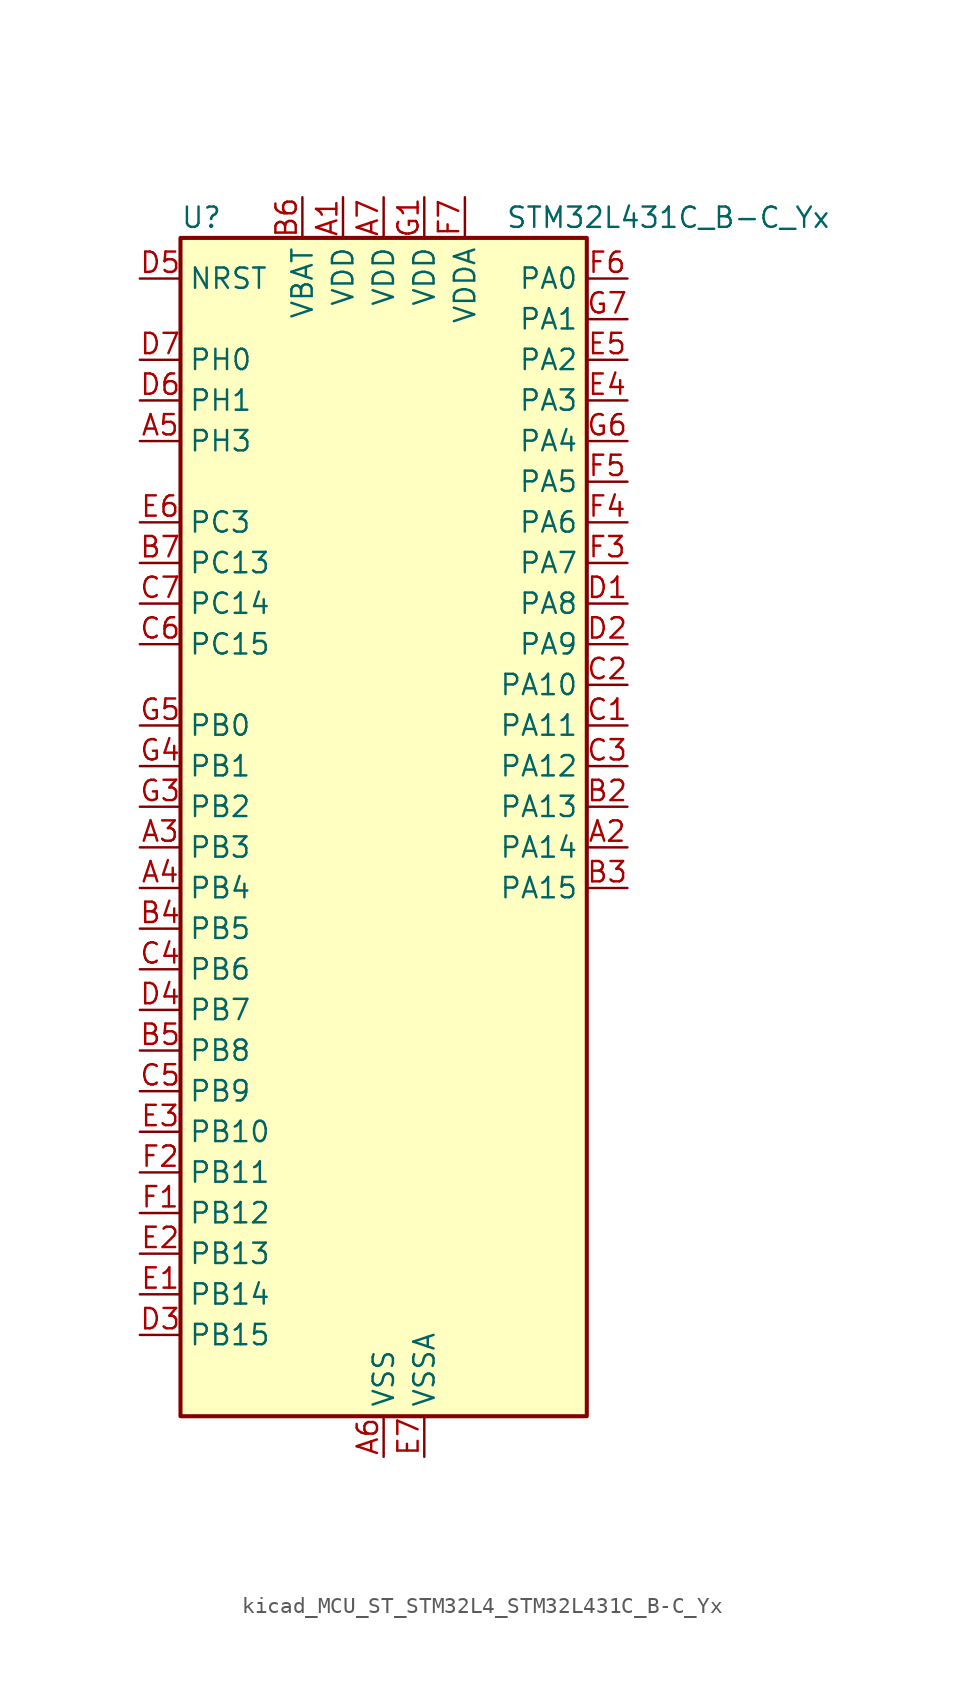
<source format=kicad_sym>
(kicad_symbol_lib
  (version 20220914)
  (generator kicad_symbol_editor)
  (symbol "kicad_MCU_ST_STM32L4_STM32L431C_B-C_Yx"
    (property "Reference" "U"
      (at -12.7 39.37 0)
      (effects (font (size 1.27 1.27)) (justify left)))
    (property "Value" "STM32L431C_B-C_Yx"
      (at 7.62 39.37 0)
      (effects (font (size 1.27 1.27)) (justify left)))
    (property "ki_locked" ""
      (at 0 0 0)
      (effects (font (size 1.27 1.27))))
    (symbol "kicad_MCU_ST_STM32L4_STM32L431C_B-C_Yx_0_1"
      (rectangle (start -12.7 -35.56) (end 12.7 38.1) (stroke (width 0.254) (type default)) (fill (type background))))
    (symbol "kicad_MCU_ST_STM32L4_STM32L431C_B-C_Yx_1_1"
      (pin power_in line (at -2.54 40.64 270) (length 2.54) (name "VDD" (effects (font (size 1.27 1.27)))) (number "A1" (effects (font (size 1.27 1.27)))))
      (pin bidirectional line (at 15.24 0 180) (length 2.54) (name "PA14" (effects (font (size 1.27 1.27)))) (number "A2" (effects (font (size 1.27 1.27)))) (alternate "I2C1_SMBA" bidirectional line) (alternate "LPTIM1_OUT" bidirectional line) (alternate "SAI1_FS_B" bidirectional line) (alternate "SWPMI1_RX" bidirectional line) (alternate "SYS_JTCK-SWCLK" bidirectional line))
      (pin bidirectional line (at -15.24 0 0) (length 2.54) (name "PB3" (effects (font (size 1.27 1.27)))) (number "A3" (effects (font (size 1.27 1.27)))) (alternate "COMP2_INM" bidirectional line) (alternate "SAI1_SCK_B" bidirectional line) (alternate "SPI1_SCK" bidirectional line) (alternate "SPI3_SCK" bidirectional line) (alternate "SYS_JTDO-SWO" bidirectional line) (alternate "TIM2_CH2" bidirectional line) (alternate "USART1_DE" bidirectional line) (alternate "USART1_RTS" bidirectional line))
      (pin bidirectional line (at -15.24 -2.54 0) (length 2.54) (name "PB4" (effects (font (size 1.27 1.27)))) (number "A4" (effects (font (size 1.27 1.27)))) (alternate "COMP2_INP" bidirectional line) (alternate "I2C3_SDA" bidirectional line) (alternate "SAI1_MCLK_B" bidirectional line) (alternate "SPI1_MISO" bidirectional line) (alternate "SPI3_MISO" bidirectional line) (alternate "SYS_JTRST" bidirectional line) (alternate "TSC_G2_IO1" bidirectional line) (alternate "USART1_CTS" bidirectional line))
      (pin bidirectional line (at -15.24 25.4 0) (length 2.54) (name "PH3" (effects (font (size 1.27 1.27)))) (number "A5" (effects (font (size 1.27 1.27)))))
      (pin power_in line (at 0 -38.1 90) (length 2.54) (name "VSS" (effects (font (size 1.27 1.27)))) (number "A6" (effects (font (size 1.27 1.27)))))
      (pin power_in line (at 0 40.64 270) (length 2.54) (name "VDD" (effects (font (size 1.27 1.27)))) (number "A7" (effects (font (size 1.27 1.27)))))
      (pin passive line (at 0 -38.1 90) (length 2.54) hide (name "VSS" (effects (font (size 1.27 1.27)))) (number "B1" (effects (font (size 1.27 1.27)))))
      (pin bidirectional line (at 15.24 2.54 180) (length 2.54) (name "PA13" (effects (font (size 1.27 1.27)))) (number "B2" (effects (font (size 1.27 1.27)))) (alternate "IR_OUT" bidirectional line) (alternate "SAI1_SD_B" bidirectional line) (alternate "SWPMI1_TX" bidirectional line) (alternate "SYS_JTMS-SWDIO" bidirectional line))
      (pin bidirectional line (at 15.24 -2.54 180) (length 2.54) (name "PA15" (effects (font (size 1.27 1.27)))) (number "B3" (effects (font (size 1.27 1.27)))) (alternate "ADC1_EXTI15" bidirectional line) (alternate "SPI1_NSS" bidirectional line) (alternate "SPI3_NSS" bidirectional line) (alternate "SWPMI1_SUSPEND" bidirectional line) (alternate "SYS_JTDI" bidirectional line) (alternate "TIM2_CH1" bidirectional line) (alternate "TIM2_ETR" bidirectional line) (alternate "USART2_RX" bidirectional line) (alternate "USART3_DE" bidirectional line) (alternate "USART3_RTS" bidirectional line))
      (pin bidirectional line (at -15.24 -5.08 0) (length 2.54) (name "PB5" (effects (font (size 1.27 1.27)))) (number "B4" (effects (font (size 1.27 1.27)))) (alternate "COMP2_OUT" bidirectional line) (alternate "I2C1_SMBA" bidirectional line) (alternate "LPTIM1_IN1" bidirectional line) (alternate "SAI1_SD_B" bidirectional line) (alternate "SPI1_MOSI" bidirectional line) (alternate "SPI3_MOSI" bidirectional line) (alternate "TIM16_BKIN" bidirectional line) (alternate "TSC_G2_IO2" bidirectional line) (alternate "USART1_CK" bidirectional line))
      (pin bidirectional line (at -15.24 -12.7 0) (length 2.54) (name "PB8" (effects (font (size 1.27 1.27)))) (number "B5" (effects (font (size 1.27 1.27)))) (alternate "CAN1_RX" bidirectional line) (alternate "I2C1_SCL" bidirectional line) (alternate "SAI1_MCLK_A" bidirectional line) (alternate "TIM16_CH1" bidirectional line))
      (pin power_in line (at -5.08 40.64 270) (length 2.54) (name "VBAT" (effects (font (size 1.27 1.27)))) (number "B6" (effects (font (size 1.27 1.27)))))
      (pin bidirectional line (at -15.24 17.78 0) (length 2.54) (name "PC13" (effects (font (size 1.27 1.27)))) (number "B7" (effects (font (size 1.27 1.27)))) (alternate "RTC_OUT_ALARM" bidirectional line) (alternate "RTC_OUT_CALIB" bidirectional line) (alternate "RTC_TAMP1" bidirectional line) (alternate "RTC_TS" bidirectional line) (alternate "SYS_WKUP2" bidirectional line))
      (pin bidirectional line (at 15.24 7.62 180) (length 2.54) (name "PA11" (effects (font (size 1.27 1.27)))) (number "C1" (effects (font (size 1.27 1.27)))) (alternate "ADC1_EXTI11" bidirectional line) (alternate "CAN1_RX" bidirectional line) (alternate "COMP1_OUT" bidirectional line) (alternate "SPI1_MISO" bidirectional line) (alternate "TIM1_BKIN2" bidirectional line) (alternate "TIM1_BKIN2_COMP1" bidirectional line) (alternate "TIM1_CH4" bidirectional line) (alternate "USART1_CTS" bidirectional line))
      (pin bidirectional line (at 15.24 10.16 180) (length 2.54) (name "PA10" (effects (font (size 1.27 1.27)))) (number "C2" (effects (font (size 1.27 1.27)))) (alternate "I2C1_SDA" bidirectional line) (alternate "SAI1_SD_A" bidirectional line) (alternate "TIM1_CH3" bidirectional line) (alternate "USART1_RX" bidirectional line))
      (pin bidirectional line (at 15.24 5.08 180) (length 2.54) (name "PA12" (effects (font (size 1.27 1.27)))) (number "C3" (effects (font (size 1.27 1.27)))) (alternate "CAN1_TX" bidirectional line) (alternate "SPI1_MOSI" bidirectional line) (alternate "TIM1_ETR" bidirectional line) (alternate "USART1_DE" bidirectional line) (alternate "USART1_RTS" bidirectional line))
      (pin bidirectional line (at -15.24 -7.62 0) (length 2.54) (name "PB6" (effects (font (size 1.27 1.27)))) (number "C4" (effects (font (size 1.27 1.27)))) (alternate "COMP2_INP" bidirectional line) (alternate "I2C1_SCL" bidirectional line) (alternate "LPTIM1_ETR" bidirectional line) (alternate "SAI1_FS_B" bidirectional line) (alternate "TIM16_CH1N" bidirectional line) (alternate "TSC_G2_IO3" bidirectional line) (alternate "USART1_TX" bidirectional line))
      (pin bidirectional line (at -15.24 -15.24 0) (length 2.54) (name "PB9" (effects (font (size 1.27 1.27)))) (number "C5" (effects (font (size 1.27 1.27)))) (alternate "CAN1_TX" bidirectional line) (alternate "DAC1_EXTI9" bidirectional line) (alternate "I2C1_SDA" bidirectional line) (alternate "IR_OUT" bidirectional line) (alternate "SAI1_FS_A" bidirectional line) (alternate "SPI2_NSS" bidirectional line))
      (pin bidirectional line (at -15.24 12.7 0) (length 2.54) (name "PC15" (effects (font (size 1.27 1.27)))) (number "C6" (effects (font (size 1.27 1.27)))) (alternate "ADC1_EXTI15" bidirectional line) (alternate "RCC_OSC32_OUT" bidirectional line))
      (pin bidirectional line (at -15.24 15.24 0) (length 2.54) (name "PC14" (effects (font (size 1.27 1.27)))) (number "C7" (effects (font (size 1.27 1.27)))) (alternate "RCC_OSC32_IN" bidirectional line))
      (pin bidirectional line (at 15.24 15.24 180) (length 2.54) (name "PA8" (effects (font (size 1.27 1.27)))) (number "D1" (effects (font (size 1.27 1.27)))) (alternate "LPTIM2_OUT" bidirectional line) (alternate "RCC_MCO" bidirectional line) (alternate "SAI1_SCK_A" bidirectional line) (alternate "SWPMI1_IO" bidirectional line) (alternate "TIM1_CH1" bidirectional line) (alternate "USART1_CK" bidirectional line))
      (pin bidirectional line (at 15.24 12.7 180) (length 2.54) (name "PA9" (effects (font (size 1.27 1.27)))) (number "D2" (effects (font (size 1.27 1.27)))) (alternate "DAC1_EXTI9" bidirectional line) (alternate "I2C1_SCL" bidirectional line) (alternate "SAI1_FS_A" bidirectional line) (alternate "TIM15_BKIN" bidirectional line) (alternate "TIM1_CH2" bidirectional line) (alternate "USART1_TX" bidirectional line))
      (pin bidirectional line (at -15.24 -30.48 0) (length 2.54) (name "PB15" (effects (font (size 1.27 1.27)))) (number "D3" (effects (font (size 1.27 1.27)))) (alternate "ADC1_EXTI15" bidirectional line) (alternate "RTC_REFIN" bidirectional line) (alternate "SAI1_SD_A" bidirectional line) (alternate "SPI2_MOSI" bidirectional line) (alternate "SWPMI1_SUSPEND" bidirectional line) (alternate "TIM15_CH2" bidirectional line) (alternate "TIM1_CH3N" bidirectional line) (alternate "TSC_G1_IO4" bidirectional line))
      (pin bidirectional line (at -15.24 -10.16 0) (length 2.54) (name "PB7" (effects (font (size 1.27 1.27)))) (number "D4" (effects (font (size 1.27 1.27)))) (alternate "COMP2_INM" bidirectional line) (alternate "I2C1_SDA" bidirectional line) (alternate "LPTIM1_IN2" bidirectional line) (alternate "SYS_PVD_IN" bidirectional line) (alternate "TSC_G2_IO4" bidirectional line) (alternate "USART1_RX" bidirectional line))
      (pin input line (at -15.24 35.56 0) (length 2.54) (name "NRST" (effects (font (size 1.27 1.27)))) (number "D5" (effects (font (size 1.27 1.27)))))
      (pin bidirectional line (at -15.24 27.94 0) (length 2.54) (name "PH1" (effects (font (size 1.27 1.27)))) (number "D6" (effects (font (size 1.27 1.27)))) (alternate "RCC_OSC_OUT" bidirectional line))
      (pin bidirectional line (at -15.24 30.48 0) (length 2.54) (name "PH0" (effects (font (size 1.27 1.27)))) (number "D7" (effects (font (size 1.27 1.27)))) (alternate "RCC_OSC_IN" bidirectional line))
      (pin bidirectional line (at -15.24 -27.94 0) (length 2.54) (name "PB14" (effects (font (size 1.27 1.27)))) (number "E1" (effects (font (size 1.27 1.27)))) (alternate "I2C2_SDA" bidirectional line) (alternate "SAI1_MCLK_A" bidirectional line) (alternate "SPI2_MISO" bidirectional line) (alternate "SWPMI1_RX" bidirectional line) (alternate "TIM15_CH1" bidirectional line) (alternate "TIM1_CH2N" bidirectional line) (alternate "TSC_G1_IO3" bidirectional line) (alternate "USART3_DE" bidirectional line) (alternate "USART3_RTS" bidirectional line))
      (pin bidirectional line (at -15.24 -25.4 0) (length 2.54) (name "PB13" (effects (font (size 1.27 1.27)))) (number "E2" (effects (font (size 1.27 1.27)))) (alternate "I2C2_SCL" bidirectional line) (alternate "LPUART1_CTS" bidirectional line) (alternate "SAI1_SCK_A" bidirectional line) (alternate "SPI2_SCK" bidirectional line) (alternate "SWPMI1_TX" bidirectional line) (alternate "TIM15_CH1N" bidirectional line) (alternate "TIM1_CH1N" bidirectional line) (alternate "TSC_G1_IO2" bidirectional line) (alternate "USART3_CTS" bidirectional line))
      (pin bidirectional line (at -15.24 -17.78 0) (length 2.54) (name "PB10" (effects (font (size 1.27 1.27)))) (number "E3" (effects (font (size 1.27 1.27)))) (alternate "COMP1_OUT" bidirectional line) (alternate "I2C2_SCL" bidirectional line) (alternate "LPUART1_RX" bidirectional line) (alternate "QUADSPI_CLK" bidirectional line) (alternate "SAI1_SCK_A" bidirectional line) (alternate "SPI2_SCK" bidirectional line) (alternate "TIM2_CH3" bidirectional line) (alternate "TSC_SYNC" bidirectional line) (alternate "USART3_TX" bidirectional line))
      (pin bidirectional line (at 15.24 27.94 180) (length 2.54) (name "PA3" (effects (font (size 1.27 1.27)))) (number "E4" (effects (font (size 1.27 1.27)))) (alternate "ADC1_IN8" bidirectional line) (alternate "COMP2_INP" bidirectional line) (alternate "LPUART1_RX" bidirectional line) (alternate "OPAMP1_VOUT" bidirectional line) (alternate "QUADSPI_CLK" bidirectional line) (alternate "SAI1_MCLK_A" bidirectional line) (alternate "TIM15_CH2" bidirectional line) (alternate "TIM2_CH4" bidirectional line) (alternate "USART2_RX" bidirectional line))
      (pin bidirectional line (at 15.24 30.48 180) (length 2.54) (name "PA2" (effects (font (size 1.27 1.27)))) (number "E5" (effects (font (size 1.27 1.27)))) (alternate "ADC1_IN7" bidirectional line) (alternate "COMP2_INM" bidirectional line) (alternate "COMP2_OUT" bidirectional line) (alternate "LPUART1_TX" bidirectional line) (alternate "QUADSPI_BK1_NCS" bidirectional line) (alternate "RCC_LSCO" bidirectional line) (alternate "SYS_WKUP4" bidirectional line) (alternate "TIM15_CH1" bidirectional line) (alternate "TIM2_CH3" bidirectional line) (alternate "USART2_TX" bidirectional line))
      (pin bidirectional line (at -15.24 20.32 0) (length 2.54) (name "PC3" (effects (font (size 1.27 1.27)))) (number "E6" (effects (font (size 1.27 1.27)))) (alternate "ADC1_IN4" bidirectional line) (alternate "LPTIM1_ETR" bidirectional line) (alternate "LPTIM2_ETR" bidirectional line) (alternate "SAI1_SD_A" bidirectional line) (alternate "SPI2_MOSI" bidirectional line))
      (pin power_in line (at 2.54 -38.1 90) (length 2.54) (name "VSSA" (effects (font (size 1.27 1.27)))) (number "E7" (effects (font (size 1.27 1.27)))))
      (pin bidirectional line (at -15.24 -22.86 0) (length 2.54) (name "PB12" (effects (font (size 1.27 1.27)))) (number "F1" (effects (font (size 1.27 1.27)))) (alternate "I2C2_SMBA" bidirectional line) (alternate "LPUART1_DE" bidirectional line) (alternate "LPUART1_RTS" bidirectional line) (alternate "SAI1_FS_A" bidirectional line) (alternate "SPI2_NSS" bidirectional line) (alternate "SWPMI1_IO" bidirectional line) (alternate "TIM15_BKIN" bidirectional line) (alternate "TIM1_BKIN" bidirectional line) (alternate "TIM1_BKIN_COMP2" bidirectional line) (alternate "TSC_G1_IO1" bidirectional line) (alternate "USART3_CK" bidirectional line))
      (pin bidirectional line (at -15.24 -20.32 0) (length 2.54) (name "PB11" (effects (font (size 1.27 1.27)))) (number "F2" (effects (font (size 1.27 1.27)))) (alternate "ADC1_EXTI11" bidirectional line) (alternate "COMP2_OUT" bidirectional line) (alternate "I2C2_SDA" bidirectional line) (alternate "LPUART1_TX" bidirectional line) (alternate "QUADSPI_BK1_NCS" bidirectional line) (alternate "TIM2_CH4" bidirectional line) (alternate "USART3_RX" bidirectional line))
      (pin bidirectional line (at 15.24 17.78 180) (length 2.54) (name "PA7" (effects (font (size 1.27 1.27)))) (number "F3" (effects (font (size 1.27 1.27)))) (alternate "ADC1_IN12" bidirectional line) (alternate "COMP2_OUT" bidirectional line) (alternate "I2C3_SCL" bidirectional line) (alternate "QUADSPI_BK1_IO2" bidirectional line) (alternate "SPI1_MOSI" bidirectional line) (alternate "TIM1_CH1N" bidirectional line))
      (pin bidirectional line (at 15.24 20.32 180) (length 2.54) (name "PA6" (effects (font (size 1.27 1.27)))) (number "F4" (effects (font (size 1.27 1.27)))) (alternate "ADC1_IN11" bidirectional line) (alternate "COMP1_OUT" bidirectional line) (alternate "LPUART1_CTS" bidirectional line) (alternate "QUADSPI_BK1_IO3" bidirectional line) (alternate "SPI1_MISO" bidirectional line) (alternate "TIM16_CH1" bidirectional line) (alternate "TIM1_BKIN" bidirectional line) (alternate "TIM1_BKIN_COMP2" bidirectional line) (alternate "USART3_CTS" bidirectional line))
      (pin bidirectional line (at 15.24 22.86 180) (length 2.54) (name "PA5" (effects (font (size 1.27 1.27)))) (number "F5" (effects (font (size 1.27 1.27)))) (alternate "ADC1_IN10" bidirectional line) (alternate "COMP1_INM" bidirectional line) (alternate "COMP2_INM" bidirectional line) (alternate "DAC1_OUT2" bidirectional line) (alternate "LPTIM2_ETR" bidirectional line) (alternate "SPI1_SCK" bidirectional line) (alternate "TIM2_CH1" bidirectional line) (alternate "TIM2_ETR" bidirectional line))
      (pin bidirectional line (at 15.24 35.56 180) (length 2.54) (name "PA0" (effects (font (size 1.27 1.27)))) (number "F6" (effects (font (size 1.27 1.27)))) (alternate "ADC1_IN5" bidirectional line) (alternate "COMP1_INM" bidirectional line) (alternate "COMP1_OUT" bidirectional line) (alternate "OPAMP1_VINP" bidirectional line) (alternate "RTC_TAMP2" bidirectional line) (alternate "SAI1_EXTCLK" bidirectional line) (alternate "SYS_WKUP1" bidirectional line) (alternate "TIM2_CH1" bidirectional line) (alternate "TIM2_ETR" bidirectional line) (alternate "USART2_CTS" bidirectional line))
      (pin power_in line (at 5.08 40.64 270) (length 2.54) (name "VDDA" (effects (font (size 1.27 1.27)))) (number "F7" (effects (font (size 1.27 1.27)))))
      (pin power_in line (at 2.54 40.64 270) (length 2.54) (name "VDD" (effects (font (size 1.27 1.27)))) (number "G1" (effects (font (size 1.27 1.27)))))
      (pin passive line (at 0 -38.1 90) (length 2.54) hide (name "VSS" (effects (font (size 1.27 1.27)))) (number "G2" (effects (font (size 1.27 1.27)))))
      (pin bidirectional line (at -15.24 2.54 0) (length 2.54) (name "PB2" (effects (font (size 1.27 1.27)))) (number "G3" (effects (font (size 1.27 1.27)))) (alternate "COMP1_INP" bidirectional line) (alternate "I2C3_SMBA" bidirectional line) (alternate "LPTIM1_OUT" bidirectional line) (alternate "RTC_OUT_ALARM" bidirectional line) (alternate "RTC_OUT_CALIB" bidirectional line))
      (pin bidirectional line (at -15.24 5.08 0) (length 2.54) (name "PB1" (effects (font (size 1.27 1.27)))) (number "G4" (effects (font (size 1.27 1.27)))) (alternate "ADC1_IN16" bidirectional line) (alternate "COMP1_INM" bidirectional line) (alternate "LPTIM2_IN1" bidirectional line) (alternate "LPUART1_DE" bidirectional line) (alternate "LPUART1_RTS" bidirectional line) (alternate "QUADSPI_BK1_IO0" bidirectional line) (alternate "TIM1_CH3N" bidirectional line) (alternate "USART3_DE" bidirectional line) (alternate "USART3_RTS" bidirectional line))
      (pin bidirectional line (at -15.24 7.62 0) (length 2.54) (name "PB0" (effects (font (size 1.27 1.27)))) (number "G5" (effects (font (size 1.27 1.27)))) (alternate "ADC1_IN15" bidirectional line) (alternate "COMP1_OUT" bidirectional line) (alternate "QUADSPI_BK1_IO1" bidirectional line) (alternate "SAI1_EXTCLK" bidirectional line) (alternate "SPI1_NSS" bidirectional line) (alternate "TIM1_CH2N" bidirectional line) (alternate "USART3_CK" bidirectional line))
      (pin bidirectional line (at 15.24 25.4 180) (length 2.54) (name "PA4" (effects (font (size 1.27 1.27)))) (number "G6" (effects (font (size 1.27 1.27)))) (alternate "ADC1_IN9" bidirectional line) (alternate "COMP1_INM" bidirectional line) (alternate "COMP2_INM" bidirectional line) (alternate "DAC1_OUT1" bidirectional line) (alternate "LPTIM2_OUT" bidirectional line) (alternate "SAI1_FS_B" bidirectional line) (alternate "SPI1_NSS" bidirectional line) (alternate "SPI3_NSS" bidirectional line) (alternate "USART2_CK" bidirectional line))
      (pin bidirectional line (at 15.24 33.02 180) (length 2.54) (name "PA1" (effects (font (size 1.27 1.27)))) (number "G7" (effects (font (size 1.27 1.27)))) (alternate "ADC1_IN6" bidirectional line) (alternate "COMP1_INP" bidirectional line) (alternate "I2C1_SMBA" bidirectional line) (alternate "OPAMP1_VINM" bidirectional line) (alternate "SPI1_SCK" bidirectional line) (alternate "TIM15_CH1N" bidirectional line) (alternate "TIM2_CH2" bidirectional line) (alternate "USART2_DE" bidirectional line) (alternate "USART2_RTS" bidirectional line)))))
</source>
